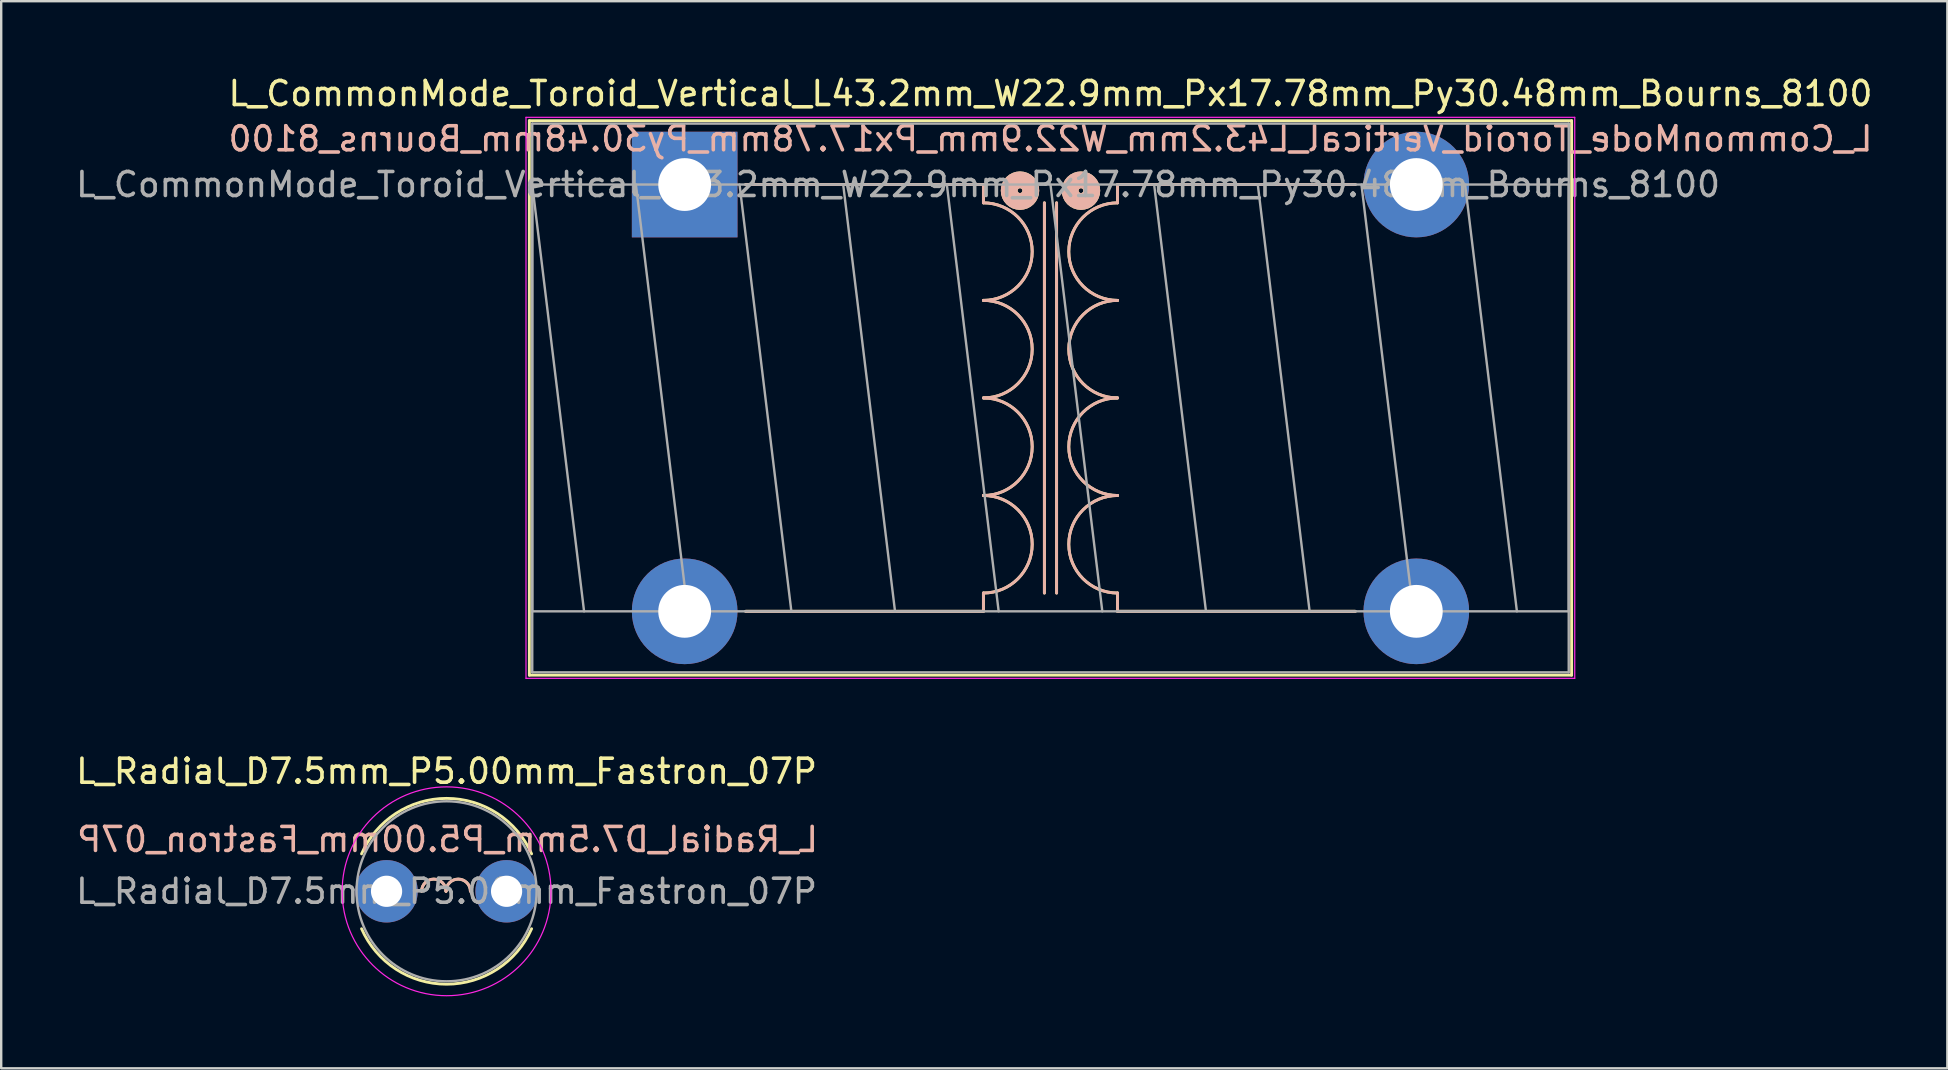
<source format=kicad_pcb>
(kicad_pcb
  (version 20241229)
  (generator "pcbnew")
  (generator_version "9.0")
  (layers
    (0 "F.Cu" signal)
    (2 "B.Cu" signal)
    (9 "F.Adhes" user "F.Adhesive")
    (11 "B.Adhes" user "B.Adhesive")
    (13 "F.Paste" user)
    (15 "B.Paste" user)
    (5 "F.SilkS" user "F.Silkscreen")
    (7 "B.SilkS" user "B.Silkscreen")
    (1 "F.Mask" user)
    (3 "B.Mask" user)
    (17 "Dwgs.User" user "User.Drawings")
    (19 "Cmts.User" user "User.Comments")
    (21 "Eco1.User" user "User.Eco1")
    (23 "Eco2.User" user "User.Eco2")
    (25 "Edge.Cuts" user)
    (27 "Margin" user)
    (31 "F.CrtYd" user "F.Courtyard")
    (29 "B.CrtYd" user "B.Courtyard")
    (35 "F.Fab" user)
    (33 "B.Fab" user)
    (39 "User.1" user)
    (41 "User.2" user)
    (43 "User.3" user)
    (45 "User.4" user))
  (footprint "L_Radial_D7.5mm_P5.00mm_Fastron_07P"
    (layer "F.Cu")
    (at 13.054 34.081)
    (property "Reference" "L_Radial_D7.5mm_P5.00mm_Fastron_07P" (at 2.5 -5 0) (layer "F.SilkS") (effects (font (size 1 1) (thickness 0.15))))
    (fp_arc (start -1.041652 -1.56) (mid 2.5 -3.87) (end 6.041652 -1.56) (stroke (width 0.12) (type solid)) (layer "F.SilkS"))
    (fp_arc (start 1.4605 0) (mid 1.9685 -0.508) (end 2.4765 0) (stroke (width 0.12) (type solid)) (layer "F.SilkS"))
    (fp_arc (start 2.4765 0) (mid 2.9845 -0.508) (end 3.4925 0) (stroke (width 0.12) (type solid)) (layer "F.SilkS"))
    (fp_arc (start 6.041652 1.56) (mid 2.5 3.87) (end -1.041652 1.56) (stroke (width 0.12) (type solid)) (layer "F.SilkS"))
    (fp_arc (start 1.4605 0) (mid 1.9685 -0.508) (end 2.4765 0) (stroke (width 0.12) (type solid)) (layer "B.SilkS"))
    (fp_arc (start 2.4765 0) (mid 2.9845 -0.508) (end 3.4925 0) (stroke (width 0.12) (type solid)) (layer "B.SilkS"))
    (fp_circle (center 2.5 0) (end 6.85 0) (stroke (width 0.05) (type solid)) (fill no) (layer "F.CrtYd"))
    (fp_circle (center 2.5 0) (end 6.25 0) (stroke (width 0.1) (type solid)) (fill no) (layer "F.Fab"))
    (fp_text user "${REFERENCE}" (at 2.54 -2.159 0) (layer "B.SilkS") (effects (font (size 1 1) (thickness 0.15)) (justify mirror)))
    (fp_text user "${REFERENCE}" (at 2.5 0 0) (layer "F.Fab") (effects (font (size 1 1) (thickness 0.15))))
    (pad "1" thru_hole circle (at 0 0) (size 2.6 2.6) (drill 1.3) (layers "*.Cu" "*.Mask"))
    (pad "2" thru_hole circle (at 5 0) (size 2.6 2.6) (drill 1.3) (layers "*.Cu" "*.Mask")))
  (footprint "L_CommonMode_Toroid_Vertical_L43.2mm_W22.9mm_Px17.78mm_Py30.48mm_Bourns_8100"
    (layer "F.Cu")
    (at 25.473 4.638)
    (property "Reference" "L_CommonMode_Toroid_Vertical_L43.2mm_W22.9mm_Px17.78mm_Py30.48mm_Bourns_8100" (at 15.24 -3.79 0) (layer "F.SilkS") (effects (font (size 1 1) (thickness 0.15))))
    (fp_line (start -6.47 -2.66) (end -6.47 20.44) (stroke (width 0.12) (type solid)) (layer "F.SilkS"))
    (fp_line (start -6.47 -2.66) (end 36.95 -2.66) (stroke (width 0.12) (type solid)) (layer "F.SilkS"))
    (fp_line (start -6.47 20.44) (end 36.95 20.44) (stroke (width 0.12) (type solid)) (layer "F.SilkS"))
    (fp_line (start 12.446 0) (end 2.54 0) (stroke (width 0.12) (type solid)) (layer "F.SilkS"))
    (fp_line (start 12.446 0.762) (end 12.446 0) (stroke (width 0.12) (type solid)) (layer "F.SilkS"))
    (fp_line (start 12.446 17.78) (end 2.54 17.78) (stroke (width 0.12) (type solid)) (layer "F.SilkS"))
    (fp_line (start 12.446 17.78) (end 12.446 17.018) (stroke (width 0.12) (type solid)) (layer "F.SilkS"))
    (fp_line (start 14.986 17.018) (end 14.986 0.762) (stroke (width 0.12) (type solid)) (layer "F.SilkS"))
    (fp_line (start 15.494 17.018) (end 15.494 0.762) (stroke (width 0.12) (type solid)) (layer "F.SilkS"))
    (fp_line (start 18.034 0) (end 18.034 0.762) (stroke (width 0.12) (type solid)) (layer "F.SilkS"))
    (fp_line (start 18.034 0) (end 27.94 0) (stroke (width 0.12) (type solid)) (layer "F.SilkS"))
    (fp_line (start 18.034 17.018) (end 18.034 17.78) (stroke (width 0.12) (type solid)) (layer "F.SilkS"))
    (fp_line (start 18.034 17.78) (end 27.94 17.78) (stroke (width 0.12) (type solid)) (layer "F.SilkS"))
    (fp_line (start 36.95 -2.66) (end 36.95 20.44) (stroke (width 0.12) (type solid)) (layer "F.SilkS"))
    (fp_arc (start 12.446 0.762) (mid 14.478 2.794) (end 12.446 4.826) (stroke (width 0.12) (type solid)) (layer "F.SilkS"))
    (fp_arc (start 12.446 4.826) (mid 14.478 6.858) (end 12.446 8.89) (stroke (width 0.12) (type solid)) (layer "F.SilkS"))
    (fp_arc (start 12.446 8.89) (mid 14.478 10.922) (end 12.446 12.954) (stroke (width 0.12) (type solid)) (layer "F.SilkS"))
    (fp_arc (start 12.446 12.954) (mid 14.478 14.986) (end 12.446 17.018) (stroke (width 0.12) (type solid)) (layer "F.SilkS"))
    (fp_arc (start 18.034 4.826) (mid 16.002 2.794) (end 18.034 0.762) (stroke (width 0.12) (type solid)) (layer "F.SilkS"))
    (fp_arc (start 18.034 8.89) (mid 16.002 6.858) (end 18.034 4.826) (stroke (width 0.12) (type solid)) (layer "F.SilkS"))
    (fp_arc (start 18.034 12.954) (mid 16.002 10.922) (end 18.034 8.89) (stroke (width 0.12) (type solid)) (layer "F.SilkS"))
    (fp_arc (start 18.034 17.018) (mid 16.002 14.986) (end 18.034 12.954) (stroke (width 0.12) (type solid)) (layer "F.SilkS"))
    (fp_circle (center 13.97 0.254) (end 14.07 0.254) (stroke (width 0.7) (type solid)) (fill no) (layer "F.SilkS"))
    (fp_circle (center 16.51 0.254) (end 16.61 0.254) (stroke (width 0.7) (type solid)) (fill no) (layer "F.SilkS"))
    (fp_line (start 12.446 0) (end 2.54 0) (stroke (width 0.12) (type solid)) (layer "B.SilkS"))
    (fp_line (start 12.446 0) (end 12.446 0.762) (stroke (width 0.12) (type solid)) (layer "B.SilkS"))
    (fp_line (start 12.446 17.018) (end 12.446 17.78) (stroke (width 0.12) (type solid)) (layer "B.SilkS"))
    (fp_line (start 12.446 17.78) (end 2.54 17.78) (stroke (width 0.12) (type solid)) (layer "B.SilkS"))
    (fp_line (start 14.986 17.018) (end 14.986 0.762) (stroke (width 0.12) (type solid)) (layer "B.SilkS"))
    (fp_line (start 15.494 17.018) (end 15.494 0.762) (stroke (width 0.12) (type solid)) (layer "B.SilkS"))
    (fp_line (start 18.034 0) (end 27.94 0) (stroke (width 0.12) (type solid)) (layer "B.SilkS"))
    (fp_line (start 18.034 0.762) (end 18.034 0) (stroke (width 0.12) (type solid)) (layer "B.SilkS"))
    (fp_line (start 18.034 17.78) (end 18.034 17.018) (stroke (width 0.12) (type solid)) (layer "B.SilkS"))
    (fp_line (start 18.034 17.78) (end 27.94 17.78) (stroke (width 0.12) (type solid)) (layer "B.SilkS"))
    (fp_arc (start 12.446 0.762) (mid 14.478 2.794) (end 12.446 4.826) (stroke (width 0.12) (type solid)) (layer "B.SilkS"))
    (fp_arc (start 12.446 4.826) (mid 14.478 6.858) (end 12.446 8.89) (stroke (width 0.12) (type solid)) (layer "B.SilkS"))
    (fp_arc (start 12.446 8.89) (mid 14.478 10.922) (end 12.446 12.954) (stroke (width 0.12) (type solid)) (layer "B.SilkS"))
    (fp_arc (start 12.446 12.954) (mid 14.478 14.986) (end 12.446 17.018) (stroke (width 0.12) (type solid)) (layer "B.SilkS"))
    (fp_arc (start 18.034 4.826) (mid 16.002 2.794) (end 18.034 0.762) (stroke (width 0.12) (type solid)) (layer "B.SilkS"))
    (fp_arc (start 18.034 8.89) (mid 16.002 6.858) (end 18.034 4.826) (stroke (width 0.12) (type solid)) (layer "B.SilkS"))
    (fp_arc (start 18.034 12.954) (mid 16.002 10.922) (end 18.034 8.89) (stroke (width 0.12) (type solid)) (layer "B.SilkS"))
    (fp_arc (start 18.034 17.018) (mid 16.002 14.986) (end 18.034 12.954) (stroke (width 0.12) (type solid)) (layer "B.SilkS"))
    (fp_circle (center 13.97 0.254) (end 13.87 0.254) (stroke (width 0.7) (type solid)) (fill no) (layer "B.SilkS"))
    (fp_circle (center 16.51 0.254) (end 16.41 0.254) (stroke (width 0.7) (type solid)) (fill no) (layer "B.SilkS"))
    (fp_line (start -6.61 -2.8) (end -6.61 20.57) (stroke (width 0.05) (type solid)) (layer "F.CrtYd"))
    (fp_line (start -6.61 20.57) (end 37.08 20.57) (stroke (width 0.05) (type solid)) (layer "F.CrtYd"))
    (fp_line (start 37.08 -2.8) (end -6.61 -2.8) (stroke (width 0.05) (type solid)) (layer "F.CrtYd"))
    (fp_line (start 37.08 20.57) (end 37.08 -2.8) (stroke (width 0.05) (type solid)) (layer "F.CrtYd"))
    (fp_line (start -6.35 -2.54) (end -6.35 20.32) (stroke (width 0.1) (type solid)) (layer "F.Fab"))
    (fp_line (start -6.35 0) (end -6.35 17.78) (stroke (width 0.1) (type solid)) (layer "F.Fab"))
    (fp_line (start -6.35 0) (end -4.191 17.78) (stroke (width 0.1) (type solid)) (layer "F.Fab"))
    (fp_line (start -6.35 17.78) (end 36.83 17.78) (stroke (width 0.1) (type solid)) (layer "F.Fab"))
    (fp_line (start -6.35 20.32) (end 36.83 20.32) (stroke (width 0.1) (type solid)) (layer "F.Fab"))
    (fp_line (start -2.032 0) (end 0.127 17.78) (stroke (width 0.1) (type solid)) (layer "F.Fab"))
    (fp_line (start 2.286 0) (end 4.445 17.78) (stroke (width 0.1) (type solid)) (layer "F.Fab"))
    (fp_line (start 6.604 0) (end 8.763 17.78) (stroke (width 0.1) (type solid)) (layer "F.Fab"))
    (fp_line (start 10.922 0) (end 13.081 17.78) (stroke (width 0.1) (type solid)) (layer "F.Fab"))
    (fp_line (start 15.24 0) (end 17.399 17.78) (stroke (width 0.1) (type solid)) (layer "F.Fab"))
    (fp_line (start 19.558 0) (end 21.717 17.78) (stroke (width 0.1) (type solid)) (layer "F.Fab"))
    (fp_line (start 23.876 0) (end 26.035 17.78) (stroke (width 0.1) (type solid)) (layer "F.Fab"))
    (fp_line (start 28.194 0) (end 30.353 17.78) (stroke (width 0.1) (type solid)) (layer "F.Fab"))
    (fp_line (start 32.512 0) (end 34.671 17.78) (stroke (width 0.1) (type solid)) (layer "F.Fab"))
    (fp_line (start 36.83 -2.54) (end -6.35 -2.54) (stroke (width 0.1) (type solid)) (layer "F.Fab"))
    (fp_line (start 36.83 0) (end -6.35 0) (stroke (width 0.1) (type solid)) (layer "F.Fab"))
    (fp_line (start 36.83 17.78) (end 36.83 0) (stroke (width 0.1) (type solid)) (layer "F.Fab"))
    (fp_line (start 36.83 20.32) (end 36.83 -2.54) (stroke (width 0.1) (type solid)) (layer "F.Fab"))
    (fp_text user "${REFERENCE}" (at 15.24 -1.905 0) (layer "B.SilkS") (effects (font (size 1 1) (thickness 0.15)) (justify mirror)))
    (fp_text user "${REFERENCE}" (at 8.89 0 0) (layer "F.Fab") (effects (font (size 1 1) (thickness 0.15))))
    (pad "1" thru_hole rect (at 0 0) (size 4.4 4.4) (drill 2.2) (layers "*.Cu" "*.Mask"))
    (pad "2" thru_hole circle (at 0 17.78) (size 4.4 4.4) (drill 2.2) (layers "*.Cu" "*.Mask"))
    (pad "3" thru_hole circle (at 30.48 17.78) (size 4.4 4.4) (drill 2.2) (layers "*.Cu" "*.Mask"))
    (pad "4" thru_hole circle (at 30.48 0) (size 4.4 4.4) (drill 2.2) (layers "*.Cu" "*.Mask")))
  (gr_rect
    (start -3 -3)
    (end 78.076 41.456)
    (stroke (width 0.1) (type default))
    (fill no)
    (layer "Edge.Cuts")))
</source>
